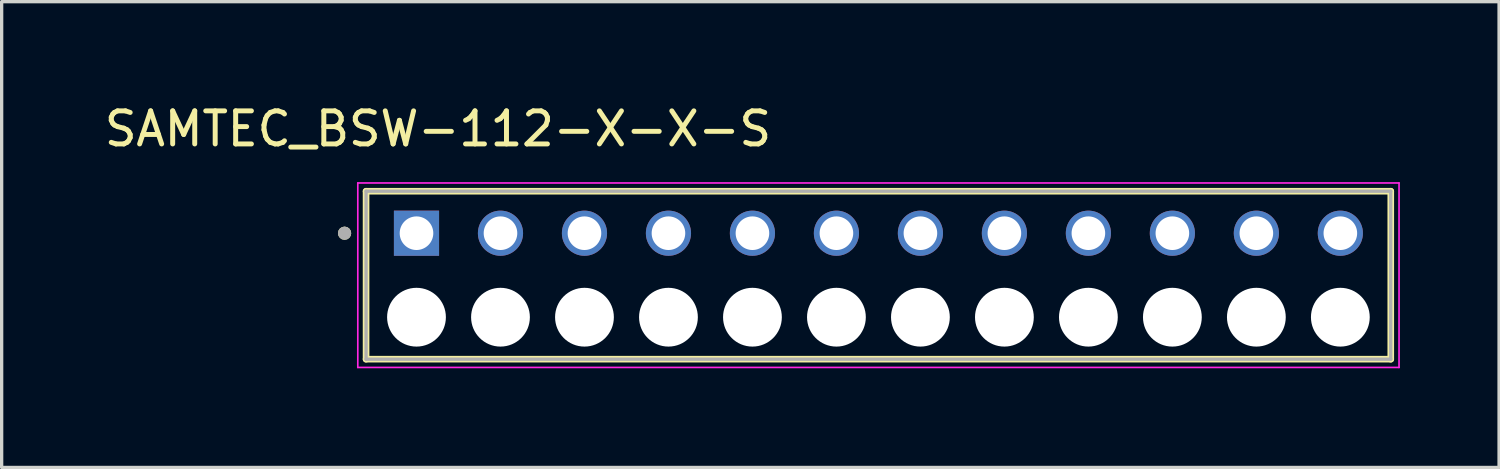
<source format=kicad_pcb>
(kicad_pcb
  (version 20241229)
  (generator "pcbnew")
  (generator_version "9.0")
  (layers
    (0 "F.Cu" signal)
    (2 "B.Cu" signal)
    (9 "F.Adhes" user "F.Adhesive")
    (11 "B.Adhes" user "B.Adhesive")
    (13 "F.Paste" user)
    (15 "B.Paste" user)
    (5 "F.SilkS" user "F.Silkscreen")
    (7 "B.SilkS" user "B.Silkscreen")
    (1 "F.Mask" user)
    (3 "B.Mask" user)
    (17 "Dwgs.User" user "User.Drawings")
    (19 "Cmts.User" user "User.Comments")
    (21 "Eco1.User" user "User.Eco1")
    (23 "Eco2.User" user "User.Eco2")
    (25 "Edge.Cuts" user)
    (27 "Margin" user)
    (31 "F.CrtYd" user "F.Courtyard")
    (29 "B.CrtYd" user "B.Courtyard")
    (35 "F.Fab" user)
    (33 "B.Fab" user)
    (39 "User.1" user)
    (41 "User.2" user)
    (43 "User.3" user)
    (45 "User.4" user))
  (footprint "SAMTEC_BSW-112-X-X-S"
    (layer "F.Cu")
    (at 23.516 5.273)
    (property "Reference" "SAMTEC_BSW-112-X-X-S" (at -13.32 -4.425 0) (layer "F.SilkS") (effects (font (size 1 1) (thickness 0.15))))
    (attr through_hole)
    (fp_line (start -15.495 -2.54) (end 15.495 -2.54) (stroke (width 0.2) (type solid)) (layer "F.SilkS"))
    (fp_line (start -15.495 2.54) (end -15.495 -2.54) (stroke (width 0.2) (type solid)) (layer "F.SilkS"))
    (fp_line (start 15.495 -2.54) (end 15.495 2.54) (stroke (width 0.2) (type solid)) (layer "F.SilkS"))
    (fp_line (start 15.495 2.54) (end -15.495 2.54) (stroke (width 0.2) (type solid)) (layer "F.SilkS"))
    (fp_circle (center -16.145 -1.27) (end -16.045 -1.27) (stroke (width 0.2) (type solid)) (fill no) (layer "F.SilkS"))
    (fp_line (start -15.745 -2.79) (end 15.745 -2.79) (stroke (width 0.05) (type solid)) (layer "F.CrtYd"))
    (fp_line (start -15.745 2.79) (end -15.745 -2.79) (stroke (width 0.05) (type solid)) (layer "F.CrtYd"))
    (fp_line (start 15.745 -2.79) (end 15.745 2.79) (stroke (width 0.05) (type solid)) (layer "F.CrtYd"))
    (fp_line (start 15.745 2.79) (end -15.745 2.79) (stroke (width 0.05) (type solid)) (layer "F.CrtYd"))
    (fp_line (start -15.495 -2.54) (end -15.495 2.54) (stroke (width 0.1) (type solid)) (layer "F.Fab"))
    (fp_line (start -15.495 2.54) (end 15.495 2.54) (stroke (width 0.1) (type solid)) (layer "F.Fab"))
    (fp_line (start 15.495 -2.54) (end -15.495 -2.54) (stroke (width 0.1) (type solid)) (layer "F.Fab"))
    (fp_line (start 15.495 2.54) (end 15.495 -2.54) (stroke (width 0.1) (type solid)) (layer "F.Fab"))
    (fp_circle (center -16.145 -1.27) (end -16.045 -1.27) (stroke (width 0.2) (type solid)) (fill no) (layer "F.Fab"))
    (pad "" np_thru_hole circle (at -13.97 1.27) (size 1.778 1.778) (drill 1.778) (layers "*.Cu" "*.Mask"))
    (pad "" np_thru_hole circle (at -11.43 1.27) (size 1.778 1.778) (drill 1.778) (layers "*.Cu" "*.Mask"))
    (pad "" np_thru_hole circle (at -8.89 1.27) (size 1.778 1.778) (drill 1.778) (layers "*.Cu" "*.Mask"))
    (pad "" np_thru_hole circle (at -6.35 1.27) (size 1.778 1.778) (drill 1.778) (layers "*.Cu" "*.Mask"))
    (pad "" np_thru_hole circle (at -3.81 1.27) (size 1.778 1.778) (drill 1.778) (layers "*.Cu" "*.Mask"))
    (pad "" np_thru_hole circle (at -1.27 1.27) (size 1.778 1.778) (drill 1.778) (layers "*.Cu" "*.Mask"))
    (pad "" np_thru_hole circle (at 1.27 1.27) (size 1.778 1.778) (drill 1.778) (layers "*.Cu" "*.Mask"))
    (pad "" np_thru_hole circle (at 3.81 1.27) (size 1.778 1.778) (drill 1.778) (layers "*.Cu" "*.Mask"))
    (pad "" np_thru_hole circle (at 6.35 1.27) (size 1.778 1.778) (drill 1.778) (layers "*.Cu" "*.Mask"))
    (pad "" np_thru_hole circle (at 8.89 1.27) (size 1.778 1.778) (drill 1.778) (layers "*.Cu" "*.Mask"))
    (pad "" np_thru_hole circle (at 11.43 1.27) (size 1.778 1.778) (drill 1.778) (layers "*.Cu" "*.Mask"))
    (pad "" np_thru_hole circle (at 13.97 1.27) (size 1.778 1.778) (drill 1.778) (layers "*.Cu" "*.Mask"))
    (pad "01" thru_hole rect (at -13.97 -1.27) (size 1.366 1.366) (drill 1.016) (layers "*.Cu" "*.Mask"))
    (pad "02" thru_hole circle (at -11.43 -1.27) (size 1.366 1.366) (drill 1.016) (layers "*.Cu" "*.Mask"))
    (pad "03" thru_hole circle (at -8.89 -1.27) (size 1.366 1.366) (drill 1.016) (layers "*.Cu" "*.Mask"))
    (pad "04" thru_hole circle (at -6.35 -1.27) (size 1.366 1.366) (drill 1.016) (layers "*.Cu" "*.Mask"))
    (pad "05" thru_hole circle (at -3.81 -1.27) (size 1.366 1.366) (drill 1.016) (layers "*.Cu" "*.Mask"))
    (pad "06" thru_hole circle (at -1.27 -1.27) (size 1.366 1.366) (drill 1.016) (layers "*.Cu" "*.Mask"))
    (pad "07" thru_hole circle (at 1.27 -1.27) (size 1.366 1.366) (drill 1.016) (layers "*.Cu" "*.Mask"))
    (pad "08" thru_hole circle (at 3.81 -1.27) (size 1.366 1.366) (drill 1.016) (layers "*.Cu" "*.Mask"))
    (pad "09" thru_hole circle (at 6.35 -1.27) (size 1.366 1.366) (drill 1.016) (layers "*.Cu" "*.Mask"))
    (pad "10" thru_hole circle (at 8.89 -1.27) (size 1.366 1.366) (drill 1.016) (layers "*.Cu" "*.Mask"))
    (pad "11" thru_hole circle (at 11.43 -1.27) (size 1.366 1.366) (drill 1.016) (layers "*.Cu" "*.Mask"))
    (pad "12" thru_hole circle (at 13.97 -1.27) (size 1.366 1.366) (drill 1.016) (layers "*.Cu" "*.Mask")))
  (gr_rect
    (start -3 -3)
    (end 42.286 11.088)
    (stroke (width 0.1) (type default))
    (fill no)
    (layer "Edge.Cuts")))
</source>
